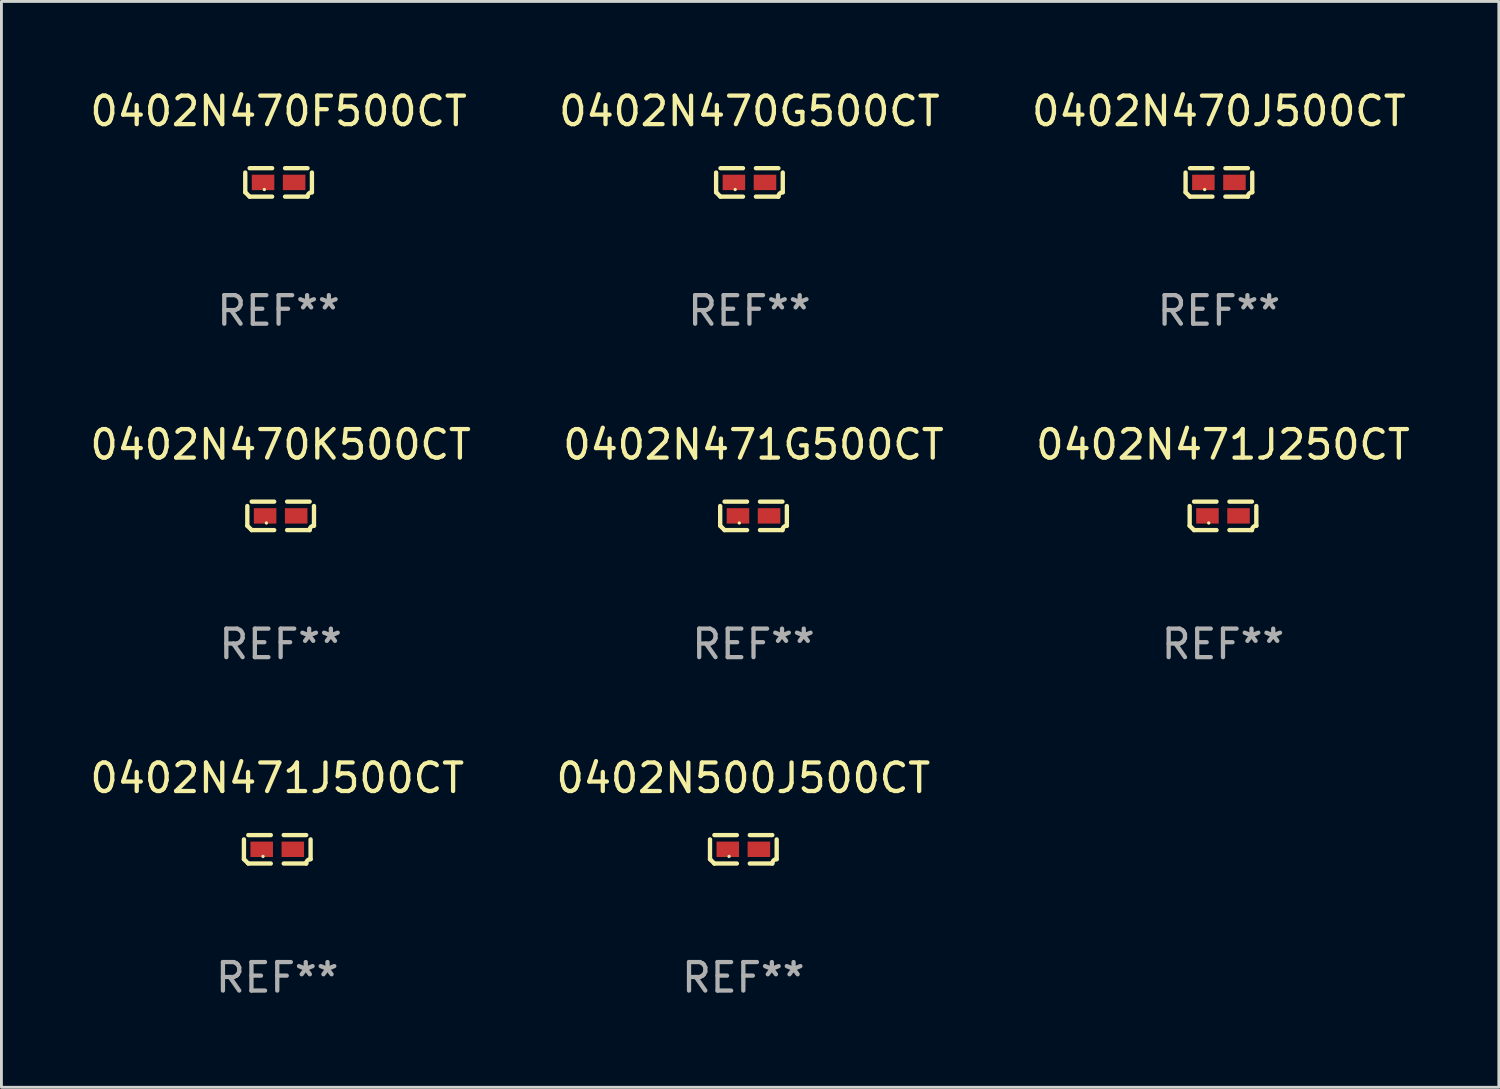
<source format=kicad_pcb>
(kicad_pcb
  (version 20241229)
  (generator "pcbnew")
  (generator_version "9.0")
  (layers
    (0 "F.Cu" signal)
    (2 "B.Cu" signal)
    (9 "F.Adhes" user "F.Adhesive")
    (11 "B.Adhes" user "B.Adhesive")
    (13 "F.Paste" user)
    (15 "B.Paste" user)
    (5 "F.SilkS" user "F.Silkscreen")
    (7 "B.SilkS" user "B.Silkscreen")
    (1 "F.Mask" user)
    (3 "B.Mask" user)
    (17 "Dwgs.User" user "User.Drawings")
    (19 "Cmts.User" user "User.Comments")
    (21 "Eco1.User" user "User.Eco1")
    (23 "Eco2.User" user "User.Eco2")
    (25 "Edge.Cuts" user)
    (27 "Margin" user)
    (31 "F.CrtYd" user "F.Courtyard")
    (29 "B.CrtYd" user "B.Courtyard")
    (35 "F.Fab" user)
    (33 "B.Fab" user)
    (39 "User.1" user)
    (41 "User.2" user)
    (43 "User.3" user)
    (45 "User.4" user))
  (footprint "0402N470K500CT"
    (layer "F.Cu")
    (at 6.792 15.041)
    (property "Reference" "0402N470K500CT" (at 0 -2.499 0) (layer "F.SilkS") (effects (font (size 1 1) (thickness 0.15))))
    (attr through_hole)
    (fp_line (start -1.169 0.346) (end -1.169 -0.346) (stroke (width 0.152) (type solid)) (layer "F.SilkS"))
    (fp_line (start -1.016 -0.499) (end -0.226 -0.499) (stroke (width 0.152) (type solid)) (layer "F.SilkS"))
    (fp_line (start -0.226 0.499) (end -1.016 0.499) (stroke (width 0.152) (type solid)) (layer "F.SilkS"))
    (fp_line (start 0.226 0.499) (end 1.016 0.499) (stroke (width 0.152) (type solid)) (layer "F.SilkS"))
    (fp_line (start 1.016 -0.499) (end 0.226 -0.499) (stroke (width 0.152) (type solid)) (layer "F.SilkS"))
    (fp_line (start 1.169 0.346) (end 1.169 -0.346) (stroke (width 0.152) (type solid)) (layer "F.SilkS"))
    (fp_arc (start -1.016307 0.498603) (mid -1.092512 0.422405) (end -1.16871 0.3462) (stroke (width 0.1524) (type solid)) (layer "F.SilkS"))
    (fp_arc (start 1.016307 0.498603) (mid 1.060899 0.390758) (end 1.168707 0.346076) (stroke (width 0.1524) (type solid)) (layer "F.SilkS"))
    (fp_circle (center -0.5 0.25) (end -0.47 0.25) (stroke (width 0.06) (type solid)) (fill no) (layer "F.SilkS"))
    (fp_text user "REF**" (at 0 4.499 0) (layer "F.Fab") (effects (font (size 1 1) (thickness 0.15))))
    (pad "1" smd rect (at -0.545 0) (size 0.79 0.54) (layers "F.Cu" "F.Mask" "F.Paste"))
    (pad "2" smd rect (at 0.545 0) (size 0.79 0.54) (layers "F.Cu" "F.Mask" "F.Paste")))
  (footprint "0402N470G500CT"
    (layer "F.Cu")
    (at 23.232 3.347)
    (property "Reference" "0402N470G500CT" (at 0 -2.499 0) (layer "F.SilkS") (effects (font (size 1 1) (thickness 0.15))))
    (attr through_hole)
    (fp_line (start -1.169 0.346) (end -1.169 -0.346) (stroke (width 0.152) (type solid)) (layer "F.SilkS"))
    (fp_line (start -1.016 -0.499) (end -0.226 -0.499) (stroke (width 0.152) (type solid)) (layer "F.SilkS"))
    (fp_line (start -0.226 0.499) (end -1.016 0.499) (stroke (width 0.152) (type solid)) (layer "F.SilkS"))
    (fp_line (start 0.226 0.499) (end 1.016 0.499) (stroke (width 0.152) (type solid)) (layer "F.SilkS"))
    (fp_line (start 1.016 -0.499) (end 0.226 -0.499) (stroke (width 0.152) (type solid)) (layer "F.SilkS"))
    (fp_line (start 1.169 0.346) (end 1.169 -0.346) (stroke (width 0.152) (type solid)) (layer "F.SilkS"))
    (fp_arc (start -1.016307 0.498603) (mid -1.092512 0.422405) (end -1.16871 0.3462) (stroke (width 0.1524) (type solid)) (layer "F.SilkS"))
    (fp_arc (start 1.016307 0.498603) (mid 1.060899 0.390758) (end 1.168707 0.346076) (stroke (width 0.1524) (type solid)) (layer "F.SilkS"))
    (fp_circle (center -0.5 0.25) (end -0.47 0.25) (stroke (width 0.06) (type solid)) (fill no) (layer "F.SilkS"))
    (fp_text user "REF**" (at 0 4.499 0) (layer "F.Fab") (effects (font (size 1 1) (thickness 0.15))))
    (pad "1" smd rect (at -0.545 0) (size 0.79 0.54) (layers "F.Cu" "F.Mask" "F.Paste"))
    (pad "2" smd rect (at 0.545 0) (size 0.79 0.54) (layers "F.Cu" "F.Mask" "F.Paste")))
  (footprint "0402N471J500CT"
    (layer "F.Cu")
    (at 6.673 26.734)
    (property "Reference" "0402N471J500CT" (at 0 -2.499 0) (layer "F.SilkS") (effects (font (size 1 1) (thickness 0.15))))
    (attr through_hole)
    (fp_line (start -1.169 0.346) (end -1.169 -0.346) (stroke (width 0.152) (type solid)) (layer "F.SilkS"))
    (fp_line (start -1.016 -0.499) (end -0.226 -0.499) (stroke (width 0.152) (type solid)) (layer "F.SilkS"))
    (fp_line (start -0.226 0.499) (end -1.016 0.499) (stroke (width 0.152) (type solid)) (layer "F.SilkS"))
    (fp_line (start 0.226 0.499) (end 1.016 0.499) (stroke (width 0.152) (type solid)) (layer "F.SilkS"))
    (fp_line (start 1.016 -0.499) (end 0.226 -0.499) (stroke (width 0.152) (type solid)) (layer "F.SilkS"))
    (fp_line (start 1.169 0.346) (end 1.169 -0.346) (stroke (width 0.152) (type solid)) (layer "F.SilkS"))
    (fp_arc (start -1.016307 0.498603) (mid -1.092512 0.422405) (end -1.16871 0.3462) (stroke (width 0.1524) (type solid)) (layer "F.SilkS"))
    (fp_arc (start 1.016307 0.498603) (mid 1.060899 0.390758) (end 1.168707 0.346076) (stroke (width 0.1524) (type solid)) (layer "F.SilkS"))
    (fp_circle (center -0.5 0.25) (end -0.47 0.25) (stroke (width 0.06) (type solid)) (fill no) (layer "F.SilkS"))
    (fp_text user "REF**" (at 0 4.499 0) (layer "F.Fab") (effects (font (size 1 1) (thickness 0.15))))
    (pad "1" smd rect (at -0.545 0) (size 0.79 0.54) (layers "F.Cu" "F.Mask" "F.Paste"))
    (pad "2" smd rect (at 0.545 0) (size 0.79 0.54) (layers "F.Cu" "F.Mask" "F.Paste")))
  (footprint "0402N470F500CT"
    (layer "F.Cu")
    (at 6.72 3.347)
    (property "Reference" "0402N470F500CT" (at 0 -2.499 0) (layer "F.SilkS") (effects (font (size 1 1) (thickness 0.15))))
    (attr through_hole)
    (fp_line (start -1.169 0.346) (end -1.169 -0.346) (stroke (width 0.152) (type solid)) (layer "F.SilkS"))
    (fp_line (start -1.016 -0.499) (end -0.226 -0.499) (stroke (width 0.152) (type solid)) (layer "F.SilkS"))
    (fp_line (start -0.226 0.499) (end -1.016 0.499) (stroke (width 0.152) (type solid)) (layer "F.SilkS"))
    (fp_line (start 0.226 0.499) (end 1.016 0.499) (stroke (width 0.152) (type solid)) (layer "F.SilkS"))
    (fp_line (start 1.016 -0.499) (end 0.226 -0.499) (stroke (width 0.152) (type solid)) (layer "F.SilkS"))
    (fp_line (start 1.169 0.346) (end 1.169 -0.346) (stroke (width 0.152) (type solid)) (layer "F.SilkS"))
    (fp_arc (start -1.016307 0.498603) (mid -1.092512 0.422405) (end -1.16871 0.3462) (stroke (width 0.1524) (type solid)) (layer "F.SilkS"))
    (fp_arc (start 1.016307 0.498603) (mid 1.060899 0.390758) (end 1.168707 0.346076) (stroke (width 0.1524) (type solid)) (layer "F.SilkS"))
    (fp_circle (center -0.5 0.25) (end -0.47 0.25) (stroke (width 0.06) (type solid)) (fill no) (layer "F.SilkS"))
    (fp_text user "REF**" (at 0 4.499 0) (layer "F.Fab") (effects (font (size 1 1) (thickness 0.15))))
    (pad "1" smd rect (at -0.545 0) (size 0.79 0.54) (layers "F.Cu" "F.Mask" "F.Paste"))
    (pad "2" smd rect (at 0.545 0) (size 0.79 0.54) (layers "F.Cu" "F.Mask" "F.Paste")))
  (footprint "0402N471J250CT"
    (layer "F.Cu")
    (at 39.839 15.041)
    (property "Reference" "0402N471J250CT" (at 0 -2.499 0) (layer "F.SilkS") (effects (font (size 1 1) (thickness 0.15))))
    (attr through_hole)
    (fp_line (start -1.169 0.346) (end -1.169 -0.346) (stroke (width 0.152) (type solid)) (layer "F.SilkS"))
    (fp_line (start -1.016 -0.499) (end -0.226 -0.499) (stroke (width 0.152) (type solid)) (layer "F.SilkS"))
    (fp_line (start -0.226 0.499) (end -1.016 0.499) (stroke (width 0.152) (type solid)) (layer "F.SilkS"))
    (fp_line (start 0.226 0.499) (end 1.016 0.499) (stroke (width 0.152) (type solid)) (layer "F.SilkS"))
    (fp_line (start 1.016 -0.499) (end 0.226 -0.499) (stroke (width 0.152) (type solid)) (layer "F.SilkS"))
    (fp_line (start 1.169 0.346) (end 1.169 -0.346) (stroke (width 0.152) (type solid)) (layer "F.SilkS"))
    (fp_arc (start -1.016307 0.498603) (mid -1.092512 0.422405) (end -1.16871 0.3462) (stroke (width 0.1524) (type solid)) (layer "F.SilkS"))
    (fp_arc (start 1.016307 0.498603) (mid 1.060899 0.390758) (end 1.168707 0.346076) (stroke (width 0.1524) (type solid)) (layer "F.SilkS"))
    (fp_circle (center -0.5 0.25) (end -0.47 0.25) (stroke (width 0.06) (type solid)) (fill no) (layer "F.SilkS"))
    (fp_text user "REF**" (at 0 4.499 0) (layer "F.Fab") (effects (font (size 1 1) (thickness 0.15))))
    (pad "1" smd rect (at -0.545 0) (size 0.79 0.54) (layers "F.Cu" "F.Mask" "F.Paste"))
    (pad "2" smd rect (at 0.545 0) (size 0.79 0.54) (layers "F.Cu" "F.Mask" "F.Paste")))
  (footprint "0402N471G500CT"
    (layer "F.Cu")
    (at 23.375 15.041)
    (property "Reference" "0402N471G500CT" (at 0 -2.499 0) (layer "F.SilkS") (effects (font (size 1 1) (thickness 0.15))))
    (attr through_hole)
    (fp_line (start -1.169 0.346) (end -1.169 -0.346) (stroke (width 0.152) (type solid)) (layer "F.SilkS"))
    (fp_line (start -1.016 -0.499) (end -0.226 -0.499) (stroke (width 0.152) (type solid)) (layer "F.SilkS"))
    (fp_line (start -0.226 0.499) (end -1.016 0.499) (stroke (width 0.152) (type solid)) (layer "F.SilkS"))
    (fp_line (start 0.226 0.499) (end 1.016 0.499) (stroke (width 0.152) (type solid)) (layer "F.SilkS"))
    (fp_line (start 1.016 -0.499) (end 0.226 -0.499) (stroke (width 0.152) (type solid)) (layer "F.SilkS"))
    (fp_line (start 1.169 0.346) (end 1.169 -0.346) (stroke (width 0.152) (type solid)) (layer "F.SilkS"))
    (fp_arc (start -1.016307 0.498603) (mid -1.092512 0.422405) (end -1.16871 0.3462) (stroke (width 0.1524) (type solid)) (layer "F.SilkS"))
    (fp_arc (start 1.016307 0.498603) (mid 1.060899 0.390758) (end 1.168707 0.346076) (stroke (width 0.1524) (type solid)) (layer "F.SilkS"))
    (fp_circle (center -0.5 0.25) (end -0.47 0.25) (stroke (width 0.06) (type solid)) (fill no) (layer "F.SilkS"))
    (fp_text user "REF**" (at 0 4.499 0) (layer "F.Fab") (effects (font (size 1 1) (thickness 0.15))))
    (pad "1" smd rect (at -0.545 0) (size 0.79 0.54) (layers "F.Cu" "F.Mask" "F.Paste"))
    (pad "2" smd rect (at 0.545 0) (size 0.79 0.54) (layers "F.Cu" "F.Mask" "F.Paste")))
  (footprint "0402N470J500CT"
    (layer "F.Cu")
    (at 39.696 3.347)
    (property "Reference" "0402N470J500CT" (at 0 -2.499 0) (layer "F.SilkS") (effects (font (size 1 1) (thickness 0.15))))
    (attr through_hole)
    (fp_line (start -1.169 0.346) (end -1.169 -0.346) (stroke (width 0.152) (type solid)) (layer "F.SilkS"))
    (fp_line (start -1.016 -0.499) (end -0.226 -0.499) (stroke (width 0.152) (type solid)) (layer "F.SilkS"))
    (fp_line (start -0.226 0.499) (end -1.016 0.499) (stroke (width 0.152) (type solid)) (layer "F.SilkS"))
    (fp_line (start 0.226 0.499) (end 1.016 0.499) (stroke (width 0.152) (type solid)) (layer "F.SilkS"))
    (fp_line (start 1.016 -0.499) (end 0.226 -0.499) (stroke (width 0.152) (type solid)) (layer "F.SilkS"))
    (fp_line (start 1.169 0.346) (end 1.169 -0.346) (stroke (width 0.152) (type solid)) (layer "F.SilkS"))
    (fp_arc (start -1.016307 0.498603) (mid -1.092512 0.422405) (end -1.16871 0.3462) (stroke (width 0.1524) (type solid)) (layer "F.SilkS"))
    (fp_arc (start 1.016307 0.498603) (mid 1.060899 0.390758) (end 1.168707 0.346076) (stroke (width 0.1524) (type solid)) (layer "F.SilkS"))
    (fp_circle (center -0.5 0.25) (end -0.47 0.25) (stroke (width 0.06) (type solid)) (fill no) (layer "F.SilkS"))
    (fp_text user "REF**" (at 0 4.499 0) (layer "F.Fab") (effects (font (size 1 1) (thickness 0.15))))
    (pad "1" smd rect (at -0.545 0) (size 0.79 0.54) (layers "F.Cu" "F.Mask" "F.Paste"))
    (pad "2" smd rect (at 0.545 0) (size 0.79 0.54) (layers "F.Cu" "F.Mask" "F.Paste")))
  (footprint "0402N500J500CT"
    (layer "F.Cu")
    (at 23.018 26.734)
    (property "Reference" "0402N500J500CT" (at 0 -2.499 0) (layer "F.SilkS") (effects (font (size 1 1) (thickness 0.15))))
    (attr through_hole)
    (fp_line (start -1.169 0.346) (end -1.169 -0.346) (stroke (width 0.152) (type solid)) (layer "F.SilkS"))
    (fp_line (start -1.016 -0.499) (end -0.226 -0.499) (stroke (width 0.152) (type solid)) (layer "F.SilkS"))
    (fp_line (start -0.226 0.499) (end -1.016 0.499) (stroke (width 0.152) (type solid)) (layer "F.SilkS"))
    (fp_line (start 0.226 0.499) (end 1.016 0.499) (stroke (width 0.152) (type solid)) (layer "F.SilkS"))
    (fp_line (start 1.016 -0.499) (end 0.226 -0.499) (stroke (width 0.152) (type solid)) (layer "F.SilkS"))
    (fp_line (start 1.169 0.346) (end 1.169 -0.346) (stroke (width 0.152) (type solid)) (layer "F.SilkS"))
    (fp_arc (start -1.016307 0.498603) (mid -1.092512 0.422405) (end -1.16871 0.3462) (stroke (width 0.1524) (type solid)) (layer "F.SilkS"))
    (fp_arc (start 1.016307 0.498603) (mid 1.060899 0.390758) (end 1.168707 0.346076) (stroke (width 0.1524) (type solid)) (layer "F.SilkS"))
    (fp_circle (center -0.5 0.25) (end -0.47 0.25) (stroke (width 0.06) (type solid)) (fill no) (layer "F.SilkS"))
    (fp_text user "REF**" (at 0 4.499 0) (layer "F.Fab") (effects (font (size 1 1) (thickness 0.15))))
    (pad "1" smd rect (at -0.545 0) (size 0.79 0.54) (layers "F.Cu" "F.Mask" "F.Paste"))
    (pad "2" smd rect (at 0.545 0) (size 0.79 0.54) (layers "F.Cu" "F.Mask" "F.Paste")))
  (gr_rect
    (start -3 -3)
    (end 49.512 35.081)
    (stroke (width 0.1) (type default))
    (fill no)
    (layer "Edge.Cuts")))
</source>
